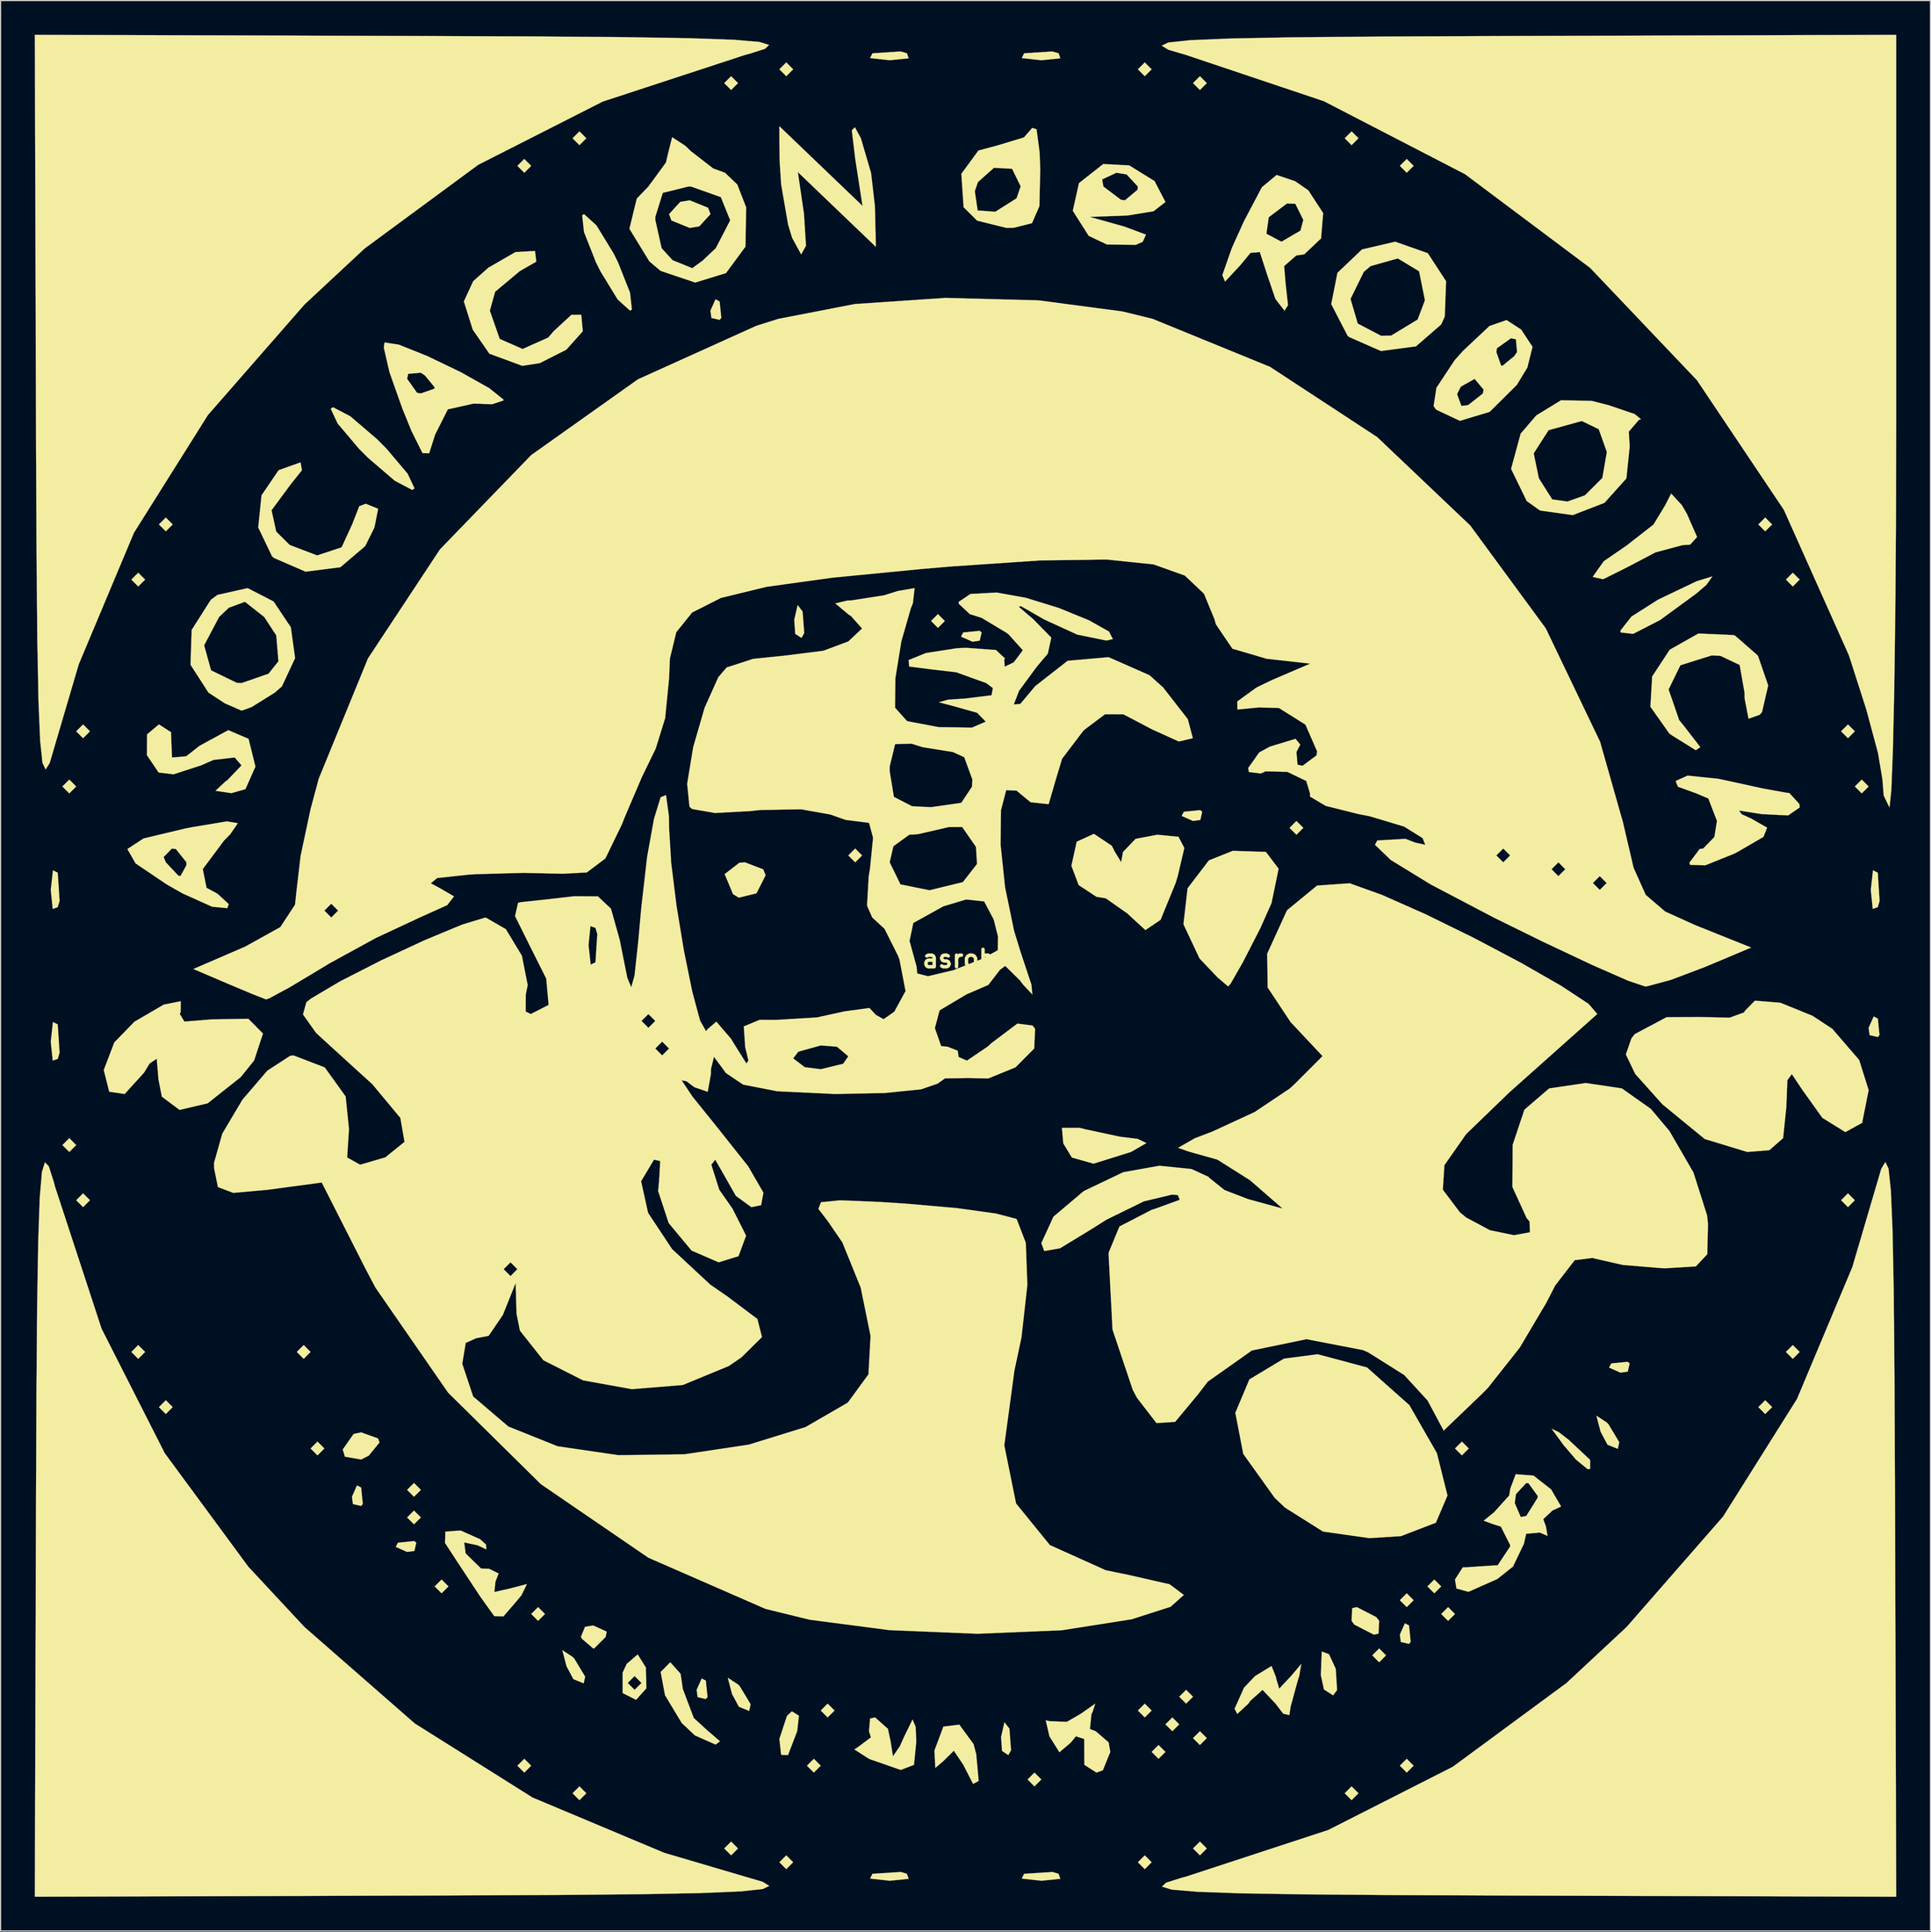
<source format=kicad_pcb>
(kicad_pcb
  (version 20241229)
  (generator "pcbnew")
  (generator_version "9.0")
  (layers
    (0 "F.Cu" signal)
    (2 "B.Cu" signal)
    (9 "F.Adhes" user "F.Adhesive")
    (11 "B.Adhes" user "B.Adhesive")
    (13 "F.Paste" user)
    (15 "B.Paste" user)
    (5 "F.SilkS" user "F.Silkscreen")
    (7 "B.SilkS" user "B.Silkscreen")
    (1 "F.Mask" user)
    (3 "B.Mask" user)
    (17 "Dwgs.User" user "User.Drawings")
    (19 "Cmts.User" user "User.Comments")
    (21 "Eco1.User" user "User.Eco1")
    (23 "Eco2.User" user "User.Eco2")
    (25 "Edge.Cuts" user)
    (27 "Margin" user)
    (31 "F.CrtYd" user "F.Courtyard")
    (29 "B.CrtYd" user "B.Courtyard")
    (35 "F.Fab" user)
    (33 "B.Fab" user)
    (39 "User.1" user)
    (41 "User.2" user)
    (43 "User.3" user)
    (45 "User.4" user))
  (footprint "asrob"
    (layer "F.Cu")
    (at 81.043 81.043)
    (property "Reference" "asrob" (at 0 0 0) (layer "F.SilkS") (effects (font (size 1.524 1.524) (thickness 0.3))))
    (attr through_hole)
    (fp_poly (pts (xy -77.41 -15.119) (xy -78.014 -14.514) (xy -78.619 -15.119) (xy -78.014 -15.724) (xy -77.41 -15.119)) (stroke (width 0.01) (type solid)) (fill yes) (layer "F.SilkS"))
    (fp_poly (pts (xy -77.41 16.329) (xy -78.014 16.933) (xy -78.619 16.329) (xy -78.014 15.724) (xy -77.41 16.329)) (stroke (width 0.01) (type solid)) (fill yes) (layer "F.SilkS"))
    (fp_poly (pts (xy -76.2 -19.957) (xy -76.805 -19.352) (xy -77.41 -19.957) (xy -76.805 -20.562) (xy -76.2 -19.957)) (stroke (width 0.01) (type solid)) (fill yes) (layer "F.SilkS"))
    (fp_poly (pts (xy -76.2 21.167) (xy -76.805 21.771) (xy -77.41 21.167) (xy -76.805 20.562) (xy -76.2 21.167)) (stroke (width 0.01) (type solid)) (fill yes) (layer "F.SilkS"))
    (fp_poly (pts (xy -71.362 -33.262) (xy -71.967 -32.657) (xy -72.571 -33.262) (xy -71.967 -33.867) (xy -71.362 -33.262)) (stroke (width 0.01) (type solid)) (fill yes) (layer "F.SilkS"))
    (fp_poly (pts (xy -71.362 34.471) (xy -71.967 35.076) (xy -72.571 34.471) (xy -71.967 33.867) (xy -71.362 34.471)) (stroke (width 0.01) (type solid)) (fill yes) (layer "F.SilkS"))
    (fp_poly (pts (xy -68.943 -38.1) (xy -69.548 -37.495) (xy -70.152 -38.1) (xy -69.548 -38.705) (xy -68.943 -38.1)) (stroke (width 0.01) (type solid)) (fill yes) (layer "F.SilkS"))
    (fp_poly (pts (xy -68.943 39.31) (xy -69.548 39.914) (xy -70.152 39.31) (xy -69.548 38.705) (xy -68.943 39.31)) (stroke (width 0.01) (type solid)) (fill yes) (layer "F.SilkS"))
    (fp_poly (pts (xy -56.848 34.471) (xy -57.452 35.076) (xy -58.057 34.471) (xy -57.452 33.867) (xy -56.848 34.471)) (stroke (width 0.01) (type solid)) (fill yes) (layer "F.SilkS"))
    (fp_poly (pts (xy -55.638 42.938) (xy -56.243 43.543) (xy -56.848 42.938) (xy -56.243 42.333) (xy -55.638 42.938)) (stroke (width 0.01) (type solid)) (fill yes) (layer "F.SilkS"))
    (fp_poly (pts (xy -47.171 46.567) (xy -47.776 47.171) (xy -48.381 46.567) (xy -47.776 45.962) (xy -47.171 46.567)) (stroke (width 0.01) (type solid)) (fill yes) (layer "F.SilkS"))
    (fp_poly (pts (xy -47.171 48.986) (xy -47.776 49.59) (xy -48.381 48.986) (xy -47.776 48.381) (xy -47.171 48.986)) (stroke (width 0.01) (type solid)) (fill yes) (layer "F.SilkS"))
    (fp_poly (pts (xy -44.752 55.033) (xy -45.357 55.638) (xy -45.962 55.033) (xy -45.357 54.429) (xy -44.752 55.033)) (stroke (width 0.01) (type solid)) (fill yes) (layer "F.SilkS"))
    (fp_poly (pts (xy -37.495 -69.548) (xy -38.1 -68.943) (xy -38.705 -69.548) (xy -38.1 -70.152) (xy -37.495 -69.548)) (stroke (width 0.01) (type solid)) (fill yes) (layer "F.SilkS"))
    (fp_poly (pts (xy -37.495 70.757) (xy -38.1 71.362) (xy -38.705 70.757) (xy -38.1 70.152) (xy -37.495 70.757)) (stroke (width 0.01) (type solid)) (fill yes) (layer "F.SilkS"))
    (fp_poly (pts (xy -36.286 57.452) (xy -36.89 58.057) (xy -37.495 57.452) (xy -36.89 56.848) (xy -36.286 57.452)) (stroke (width 0.01) (type solid)) (fill yes) (layer "F.SilkS"))
    (fp_poly (pts (xy -32.657 -71.967) (xy -33.262 -71.362) (xy -33.867 -71.967) (xy -33.262 -72.571) (xy -32.657 -71.967)) (stroke (width 0.01) (type solid)) (fill yes) (layer "F.SilkS"))
    (fp_poly (pts (xy -32.657 73.176) (xy -33.262 73.781) (xy -33.867 73.176) (xy -33.262 72.571) (xy -32.657 73.176)) (stroke (width 0.01) (type solid)) (fill yes) (layer "F.SilkS"))
    (fp_poly (pts (xy -19.352 -76.805) (xy -19.957 -76.2) (xy -20.562 -76.805) (xy -19.957 -77.41) (xy -19.352 -76.805)) (stroke (width 0.01) (type solid)) (fill yes) (layer "F.SilkS"))
    (fp_poly (pts (xy -19.352 78.014) (xy -19.957 78.619) (xy -20.562 78.014) (xy -19.957 77.41) (xy -19.352 78.014)) (stroke (width 0.01) (type solid)) (fill yes) (layer "F.SilkS"))
    (fp_poly (pts (xy -14.514 -78.014) (xy -15.119 -77.41) (xy -15.724 -78.014) (xy -15.119 -78.619) (xy -14.514 -78.014)) (stroke (width 0.01) (type solid)) (fill yes) (layer "F.SilkS"))
    (fp_poly (pts (xy -14.514 79.224) (xy -15.119 79.829) (xy -15.724 79.224) (xy -15.119 78.619) (xy -14.514 79.224)) (stroke (width 0.01) (type solid)) (fill yes) (layer "F.SilkS"))
    (fp_poly (pts (xy -12.095 70.757) (xy -12.7 71.362) (xy -13.305 70.757) (xy -12.7 70.152) (xy -12.095 70.757)) (stroke (width 0.01) (type solid)) (fill yes) (layer "F.SilkS"))
    (fp_poly (pts (xy -10.886 65.919) (xy -11.49 66.524) (xy -12.095 65.919) (xy -11.49 65.314) (xy -10.886 65.919)) (stroke (width 0.01) (type solid)) (fill yes) (layer "F.SilkS"))
    (fp_poly (pts (xy -8.467 -9.071) (xy -9.071 -8.467) (xy -9.676 -9.071) (xy -9.071 -9.676) (xy -8.467 -9.071)) (stroke (width 0.01) (type solid)) (fill yes) (layer "F.SilkS"))
    (fp_poly (pts (xy -1.21 -29.633) (xy -1.814 -29.029) (xy -2.419 -29.633) (xy -1.814 -30.238) (xy -1.21 -29.633)) (stroke (width 0.01) (type solid)) (fill yes) (layer "F.SilkS"))
    (fp_poly (pts (xy 7.257 71.967) (xy 6.652 72.571) (xy 6.048 71.967) (xy 6.652 71.362) (xy 7.257 71.967)) (stroke (width 0.01) (type solid)) (fill yes) (layer "F.SilkS"))
    (fp_poly (pts (xy 16.933 -78.014) (xy 16.329 -77.41) (xy 15.724 -78.014) (xy 16.329 -78.619) (xy 16.933 -78.014)) (stroke (width 0.01) (type solid)) (fill yes) (layer "F.SilkS"))
    (fp_poly (pts (xy 16.933 65.919) (xy 16.329 66.524) (xy 15.724 65.919) (xy 16.329 65.314) (xy 16.933 65.919)) (stroke (width 0.01) (type solid)) (fill yes) (layer "F.SilkS"))
    (fp_poly (pts (xy 16.933 79.224) (xy 16.329 79.829) (xy 15.724 79.224) (xy 16.329 78.619) (xy 16.933 79.224)) (stroke (width 0.01) (type solid)) (fill yes) (layer "F.SilkS"))
    (fp_poly (pts (xy 18.143 69.548) (xy 17.538 70.152) (xy 16.933 69.548) (xy 17.538 68.943) (xy 18.143 69.548)) (stroke (width 0.01) (type solid)) (fill yes) (layer "F.SilkS"))
    (fp_poly (pts (xy 19.352 67.129) (xy 18.748 67.733) (xy 18.143 67.129) (xy 18.748 66.524) (xy 19.352 67.129)) (stroke (width 0.01) (type solid)) (fill yes) (layer "F.SilkS"))
    (fp_poly (pts (xy 20.562 64.71) (xy 19.957 65.314) (xy 19.352 64.71) (xy 19.957 64.105) (xy 20.562 64.71)) (stroke (width 0.01) (type solid)) (fill yes) (layer "F.SilkS"))
    (fp_poly (pts (xy 21.771 -76.805) (xy 21.167 -76.2) (xy 20.562 -76.805) (xy 21.167 -77.41) (xy 21.771 -76.805)) (stroke (width 0.01) (type solid)) (fill yes) (layer "F.SilkS"))
    (fp_poly (pts (xy 21.771 68.338) (xy 21.167 68.943) (xy 20.562 68.338) (xy 21.167 67.733) (xy 21.771 68.338)) (stroke (width 0.01) (type solid)) (fill yes) (layer "F.SilkS"))
    (fp_poly (pts (xy 21.771 78.014) (xy 21.167 78.619) (xy 20.562 78.014) (xy 21.167 77.41) (xy 21.771 78.014)) (stroke (width 0.01) (type solid)) (fill yes) (layer "F.SilkS"))
    (fp_poly (pts (xy 30.238 -11.49) (xy 29.633 -10.886) (xy 29.029 -11.49) (xy 29.633 -12.095) (xy 30.238 -11.49)) (stroke (width 0.01) (type solid)) (fill yes) (layer "F.SilkS"))
    (fp_poly (pts (xy 35.076 -71.967) (xy 34.471 -71.362) (xy 33.867 -71.967) (xy 34.471 -72.571) (xy 35.076 -71.967)) (stroke (width 0.01) (type solid)) (fill yes) (layer "F.SilkS"))
    (fp_poly (pts (xy 35.076 73.176) (xy 34.471 73.781) (xy 33.867 73.176) (xy 34.471 72.571) (xy 35.076 73.176)) (stroke (width 0.01) (type solid)) (fill yes) (layer "F.SilkS"))
    (fp_poly (pts (xy 37.495 61.081) (xy 36.89 61.686) (xy 36.286 61.081) (xy 36.89 60.476) (xy 37.495 61.081)) (stroke (width 0.01) (type solid)) (fill yes) (layer "F.SilkS"))
    (fp_poly (pts (xy 39.914 -69.548) (xy 39.31 -68.943) (xy 38.705 -69.548) (xy 39.31 -70.152) (xy 39.914 -69.548)) (stroke (width 0.01) (type solid)) (fill yes) (layer "F.SilkS"))
    (fp_poly (pts (xy 39.914 56.243) (xy 39.31 56.848) (xy 38.705 56.243) (xy 39.31 55.638) (xy 39.914 56.243)) (stroke (width 0.01) (type solid)) (fill yes) (layer "F.SilkS"))
    (fp_poly (pts (xy 39.914 70.757) (xy 39.31 71.362) (xy 38.705 70.757) (xy 39.31 70.152) (xy 39.914 70.757)) (stroke (width 0.01) (type solid)) (fill yes) (layer "F.SilkS"))
    (fp_poly (pts (xy 42.333 55.033) (xy 41.729 55.638) (xy 41.124 55.033) (xy 41.729 54.429) (xy 42.333 55.033)) (stroke (width 0.01) (type solid)) (fill yes) (layer "F.SilkS"))
    (fp_poly (pts (xy 43.543 57.452) (xy 42.938 58.057) (xy 42.333 57.452) (xy 42.938 56.848) (xy 43.543 57.452)) (stroke (width 0.01) (type solid)) (fill yes) (layer "F.SilkS"))
    (fp_poly (pts (xy 44.752 42.938) (xy 44.148 43.543) (xy 43.543 42.938) (xy 44.148 42.333) (xy 44.752 42.938)) (stroke (width 0.01) (type solid)) (fill yes) (layer "F.SilkS"))
    (fp_poly (pts (xy 71.362 -38.1) (xy 70.757 -37.495) (xy 70.152 -38.1) (xy 70.757 -38.705) (xy 71.362 -38.1)) (stroke (width 0.01) (type solid)) (fill yes) (layer "F.SilkS"))
    (fp_poly (pts (xy 71.362 39.31) (xy 70.757 39.914) (xy 70.152 39.31) (xy 70.757 38.705) (xy 71.362 39.31)) (stroke (width 0.01) (type solid)) (fill yes) (layer "F.SilkS"))
    (fp_poly (pts (xy 73.781 -33.262) (xy 73.176 -32.657) (xy 72.571 -33.262) (xy 73.176 -33.867) (xy 73.781 -33.262)) (stroke (width 0.01) (type solid)) (fill yes) (layer "F.SilkS"))
    (fp_poly (pts (xy 73.781 34.471) (xy 73.176 35.076) (xy 72.571 34.471) (xy 73.176 33.867) (xy 73.781 34.471)) (stroke (width 0.01) (type solid)) (fill yes) (layer "F.SilkS"))
    (fp_poly (pts (xy 78.619 -19.957) (xy 78.014 -19.352) (xy 77.41 -19.957) (xy 78.014 -20.562) (xy 78.619 -19.957)) (stroke (width 0.01) (type solid)) (fill yes) (layer "F.SilkS"))
    (fp_poly (pts (xy 78.619 21.167) (xy 78.014 21.771) (xy 77.41 21.167) (xy 78.014 20.562) (xy 78.619 21.167)) (stroke (width 0.01) (type solid)) (fill yes) (layer "F.SilkS"))
    (fp_poly (pts (xy 79.829 -15.119) (xy 79.224 -14.514) (xy 78.619 -15.119) (xy 79.224 -15.724) (xy 79.829 -15.119)) (stroke (width 0.01) (type solid)) (fill yes) (layer "F.SilkS"))
    (fp_poly (pts (xy -79.028 -7.56) (xy -78.868 -5.083) (xy -79.028 -4.536) (xy -79.469 -4.384) (xy -79.638 -6.048) (xy -79.448 -7.765) (xy -79.028 -7.56)) (stroke (width 0.01) (type solid)) (fill yes) (layer "F.SilkS"))
    (fp_poly (pts (xy -79.028 5.745) (xy -78.868 8.222) (xy -79.028 8.769) (xy -79.469 8.921) (xy -79.638 7.257) (xy -79.448 5.54) (xy -79.028 5.745)) (stroke (width 0.01) (type solid)) (fill yes) (layer "F.SilkS"))
    (fp_poly (pts (xy -52.413 46.365) (xy -52.268 47.801) (xy -52.413 47.978) (xy -53.132 47.812) (xy -53.219 47.171) (xy -52.777 46.176) (xy -52.413 46.365)) (stroke (width 0.01) (type solid)) (fill yes) (layer "F.SilkS"))
    (fp_poly (pts (xy -47.575 51.203) (xy -47.741 51.922) (xy -48.381 52.01) (xy -49.377 51.567) (xy -49.187 51.203) (xy -47.752 51.058) (xy -47.575 51.203)) (stroke (width 0.01) (type solid)) (fill yes) (layer "F.SilkS"))
    (fp_poly (pts (xy -22.175 63.298) (xy -22.03 64.734) (xy -22.175 64.911) (xy -22.894 64.745) (xy -22.981 64.105) (xy -22.538 63.109) (xy -22.175 63.298)) (stroke (width 0.01) (type solid)) (fill yes) (layer "F.SilkS"))
    (fp_poly (pts (xy -20.965 -57.654) (xy -20.82 -56.219) (xy -20.965 -56.041) (xy -21.684 -56.207) (xy -21.771 -56.848) (xy -21.329 -57.843) (xy -20.965 -57.654)) (stroke (width 0.01) (type solid)) (fill yes) (layer "F.SilkS"))
    (fp_poly (pts (xy -13.688 -30.465) (xy -13.544 -28.575) (xy -13.784 -28.147) (xy -14.333 -28.507) (xy -14.419 -29.734) (xy -14.123 -31.025) (xy -13.688 -30.465)) (stroke (width 0.01) (type solid)) (fill yes) (layer "F.SilkS"))
    (fp_poly (pts (xy -4.536 -79.42) (xy -4.384 -78.979) (xy -6.048 -78.81) (xy -7.765 -79) (xy -7.56 -79.42) (xy -5.083 -79.58) (xy -4.536 -79.42)) (stroke (width 0.01) (type solid)) (fill yes) (layer "F.SilkS"))
    (fp_poly (pts (xy -4.536 80.237) (xy -4.384 80.679) (xy -6.048 80.847) (xy -7.765 80.657) (xy -7.56 80.237) (xy -5.083 80.077) (xy -4.536 80.237)) (stroke (width 0.01) (type solid)) (fill yes) (layer "F.SilkS"))
    (fp_poly (pts (xy 2.016 -28.625) (xy 1.85 -27.906) (xy 1.21 -27.819) (xy 0.214 -28.262) (xy 0.403 -28.625) (xy 1.839 -28.77) (xy 2.016 -28.625)) (stroke (width 0.01) (type solid)) (fill yes) (layer "F.SilkS"))
    (fp_poly (pts (xy 4.455 67.507) (xy 4.599 69.397) (xy 4.359 69.825) (xy 3.81 69.464) (xy 3.724 68.237) (xy 4.019 66.947) (xy 4.455 67.507)) (stroke (width 0.01) (type solid)) (fill yes) (layer "F.SilkS"))
    (fp_poly (pts (xy 8.769 -79.42) (xy 8.921 -78.979) (xy 7.257 -78.81) (xy 5.54 -79) (xy 5.745 -79.42) (xy 8.222 -79.58) (xy 8.769 -79.42)) (stroke (width 0.01) (type solid)) (fill yes) (layer "F.SilkS"))
    (fp_poly (pts (xy 8.769 80.237) (xy 8.921 80.679) (xy 7.257 80.847) (xy 5.54 80.657) (xy 5.745 80.237) (xy 8.222 80.077) (xy 8.769 80.237)) (stroke (width 0.01) (type solid)) (fill yes) (layer "F.SilkS"))
    (fp_poly (pts (xy 21.368 -12.902) (xy 21.202 -12.183) (xy 20.562 -12.095) (xy 19.566 -12.538) (xy 19.756 -12.902) (xy 21.191 -13.046) (xy 21.368 -12.902)) (stroke (width 0.01) (type solid)) (fill yes) (layer "F.SilkS"))
    (fp_poly (pts (xy 39.511 58.46) (xy 39.656 59.896) (xy 39.511 60.073) (xy 38.792 59.907) (xy 38.705 59.267) (xy 39.147 58.271) (xy 39.511 58.46)) (stroke (width 0.01) (type solid)) (fill yes) (layer "F.SilkS"))
    (fp_poly (pts (xy 58.863 35.479) (xy 58.697 36.198) (xy 58.057 36.286) (xy 57.062 35.843) (xy 57.251 35.479) (xy 58.686 35.335) (xy 58.863 35.479)) (stroke (width 0.01) (type solid)) (fill yes) (layer "F.SilkS"))
    (fp_poly (pts (xy 80.63 -7.56) (xy 80.789 -5.083) (xy 80.63 -4.536) (xy 80.188 -4.384) (xy 80.02 -6.048) (xy 80.21 -7.765) (xy 80.63 -7.56)) (stroke (width 0.01) (type solid)) (fill yes) (layer "F.SilkS"))
    (fp_poly (pts (xy 80.635 5.241) (xy 80.78 6.677) (xy 80.635 6.854) (xy 79.916 6.688) (xy 79.829 6.048) (xy 80.271 5.052) (xy 80.635 5.241)) (stroke (width 0.01) (type solid)) (fill yes) (layer "F.SilkS"))
    (fp_poly (pts (xy -33.876 61.207) (xy -33.717 61.363) (xy -32.761 62.949) (xy -32.891 63.532) (xy -33.79 63.169) (xy -34.394 62.04) (xy -34.762 60.627) (xy -33.876 61.207)) (stroke (width 0.01) (type solid)) (fill yes) (layer "F.SilkS"))
    (fp_poly (pts (xy -19.362 63.626) (xy -19.202 63.782) (xy -18.247 65.368) (xy -18.376 65.951) (xy -19.276 65.588) (xy -19.879 64.459) (xy -20.248 63.046) (xy -19.362 63.626)) (stroke (width 0.01) (type solid)) (fill yes) (layer "F.SilkS"))
    (fp_poly (pts (xy -14.009 66.376) (xy -14.163 67.732) (xy -14.968 69.828) (xy -15.569 69.801) (xy -15.724 68.409) (xy -15.06 66.398) (xy -14.627 65.989) (xy -14.009 66.376)) (stroke (width 0.01) (type solid)) (fill yes) (layer "F.SilkS"))
    (fp_poly (pts (xy 32.488 60.974) (xy 33.08 62.252) (xy 33.2 64.114) (xy 32.855 64.587) (xy 32.049 64.072) (xy 31.774 62.811) (xy 31.855 60.742) (xy 32.488 60.974)) (stroke (width 0.01) (type solid)) (fill yes) (layer "F.SilkS"))
    (fp_poly (pts (xy 56.838 40.645) (xy 56.998 40.801) (xy 57.953 42.387) (xy 57.824 42.97) (xy 56.924 42.607) (xy 56.321 41.478) (xy 55.952 40.065) (xy 56.838 40.645)) (stroke (width 0.01) (type solid)) (fill yes) (layer "F.SilkS"))
    (fp_poly (pts (xy -50.935 42.055) (xy -50.8 42.406) (xy -51.748 43.569) (xy -52.413 43.903) (xy -53.835 43.655) (xy -54.025 43.024) (xy -53.067 41.657) (xy -52.413 41.527) (xy -50.935 42.055)) (stroke (width 0.01) (type solid)) (fill yes) (layer "F.SilkS"))
    (fp_poly (pts (xy -30.875 58.998) (xy -30.967 59.468) (xy -31.959 60.46) (xy -32.052 60.476) (xy -33.018 59.649) (xy -33.137 59.468) (xy -32.777 58.578) (xy -32.052 58.46) (xy -30.875 58.998)) (stroke (width 0.01) (type solid)) (fill yes) (layer "F.SilkS"))
    (fp_poly (pts (xy -21.976 -65.871) (xy -21.771 -65.314) (xy -22.751 -64.241) (xy -23.586 -64.105) (xy -25.195 -64.758) (xy -25.4 -65.314) (xy -24.42 -66.387) (xy -23.586 -66.524) (xy -21.976 -65.871)) (stroke (width 0.01) (type solid)) (fill yes) (layer "F.SilkS"))
    (fp_poly (pts (xy -17.137 -7.851) (xy -16.933 -7.329) (xy -17.734 -5.749) (xy -19.285 -5.371) (xy -19.788 -5.677) (xy -20.524 -7.433) (xy -19.23 -8.432) (xy -18.748 -8.467) (xy -17.137 -7.851)) (stroke (width 0.01) (type solid)) (fill yes) (layer "F.SilkS"))
    (fp_poly (pts (xy 36.643 57.73) (xy 36.89 58.057) (xy 36.835 59.173) (xy 36.428 59.267) (xy 34.719 58.384) (xy 34.471 58.057) (xy 34.527 56.941) (xy 34.933 56.848) (xy 36.643 57.73)) (stroke (width 0.01) (type solid)) (fill yes) (layer "F.SilkS"))
    (fp_poly (pts (xy 52.645 41.503) (xy 53.521 42.179) (xy 55.402 43.944) (xy 55.394 44.733) (xy 55.181 44.752) (xy 54.172 43.926) (xy 53.065 42.636) (xy 52.019 41.203) (xy 52.645 41.503)) (stroke (width 0.01) (type solid)) (fill yes) (layer "F.SilkS"))
    (fp_poly (pts (xy 11.17 14.957) (xy 14.151 15.595) (xy 15.724 15.792) (xy 16.473 16.154) (xy 15.119 16.933) (xy 11.836 17.958) (xy 9.935 17.423) (xy 9.183 16.183) (xy 9.061 14.824) (xy 10.609 14.816) (xy 11.17 14.957)) (stroke (width 0.01) (type solid)) (fill yes) (layer "F.SilkS"))
    (fp_poly (pts (xy -24.389 62.697) (xy -24.19 64.045) (xy -23.232 66.575) (xy -22.074 67.636) (xy -20.934 68.615) (xy -21.321 68.906) (xy -23.14 68.096) (xy -24.292 67.007) (xy -25.756 64.578) (xy -26.138 62.538) (xy -25.293 61.686) (xy -24.389 62.697)) (stroke (width 0.01) (type solid)) (fill yes) (layer "F.SilkS"))
    (fp_poly (pts (xy 1.306 68.854) (xy 1.544 69.749) (xy 1.759 72.093) (xy 1.271 72.355) (xy 0.398 70.656) (xy -0.421 69.443) (xy -1.324 70.338) (xy -2.043 70.949) (xy -2.123 69.432) (xy -1.335 67.326) (xy 0.059 67.156) (xy 1.306 68.854)) (stroke (width 0.01) (type solid)) (fill yes) (layer "F.SilkS"))
    (fp_poly (pts (xy 65.586 -32.79) (xy 64.71 -32.04) (xy 61.535 -29.717) (xy 59.171 -28.503) (xy 58.082 -28.625) (xy 58.057 -28.792) (xy 59.025 -30.021) (xy 61.355 -31.503) (xy 61.383 -31.517) (xy 64.754 -33.125) (xy 66.123 -33.544) (xy 65.586 -32.79)) (stroke (width 0.01) (type solid)) (fill yes) (layer "F.SilkS"))
    (fp_poly (pts (xy -53.352 -47.576) (xy -51.004 -45.565) (xy -50.195 -44.752) (xy -48.334 -42.548) (xy -47.731 -41.261) (xy -47.928 -41.124) (xy -49.457 -41.929) (xy -51.805 -43.94) (xy -52.614 -44.752) (xy -54.476 -46.957) (xy -55.079 -48.244) (xy -54.881 -48.381) (xy -53.352 -47.576)) (stroke (width 0.01) (type solid)) (fill yes) (layer "F.SilkS"))
    (fp_poly (pts (xy -31.774 -64.329) (xy -30.276 -61.882) (xy -29.877 -61.081) (xy -28.823 -58.417) (xy -28.663 -56.948) (xy -28.824 -56.848) (xy -29.912 -57.833) (xy -31.409 -60.28) (xy -31.809 -61.081) (xy -32.863 -63.745) (xy -33.022 -65.214) (xy -32.862 -65.314) (xy -31.774 -64.329)) (stroke (width 0.01) (type solid)) (fill yes) (layer "F.SilkS"))
    (fp_poly (pts (xy 26.956 -9.381) (xy 28.07 -7.904) (xy 27.448 -4.893) (xy 26.462 -2.682) (xy 24.925 0.311) (xy 23.875 2.146) (xy 23.647 2.419) (xy 22.723 1.634) (xy 21.134 -0.037) (xy 19.723 -3.037) (xy 20.085 -6.192) (xy 21.955 -8.639) (xy 24.052 -9.476) (xy 26.956 -9.381)) (stroke (width 0.01) (type solid)) (fill yes) (layer "F.SilkS"))
    (fp_poly (pts (xy -27.435 62.15) (xy -27.391 63.972) (xy -28.299 64.978) (xy -29.453 64.396) (xy -29.47 64.369) (xy -29.471 63.5) (xy -29.029 63.5) (xy -28.424 64.105) (xy -27.819 63.5) (xy -28.424 62.895) (xy -29.029 63.5) (xy -29.471 63.5) (xy -29.472 62.596) (xy -29.117 61.829) (xy -28.152 60.999) (xy -27.435 62.15)) (stroke (width 0.01) (type solid)) (fill yes) (layer "F.SilkS"))
    (fp_poly (pts (xy 35.823 35.831) (xy 39.542 39.136) (xy 41.956 43.346) (xy 42.884 47.061) (xy 41.865 49.447) (xy 38.803 50.624) (xy 36.045 50.8) (xy 31.967 50.223) (xy 28.624 48.118) (xy 27.726 47.264) (xy 24.971 43.415) (xy 24.274 39.809) (xy 25.506 36.88) (xy 28.538 35.058) (xy 31.496 34.673) (xy 35.823 35.831)) (stroke (width 0.01) (type solid)) (fill yes) (layer "F.SilkS"))
    (fp_poly (pts (xy 63.455 -39.778) (xy 63.898 -39.007) (xy 64.778 -37) (xy 64.169 -36.326) (xy 63.5 -36.286) (xy 61.136 -35.652) (xy 58.619 -34.332) (xy 56.542 -33.297) (xy 55.639 -33.492) (xy 55.638 -33.523) (xy 56.591 -34.871) (xy 58.607 -36.256) (xy 60.959 -38.093) (xy 61.986 -39.787) (xy 62.505 -40.81) (xy 63.455 -39.778)) (stroke (width 0.01) (type solid)) (fill yes) (layer "F.SilkS"))
    (fp_poly (pts (xy -8.43 -66.036) (xy -9.076 -70.211) (xy -9.369 -72.667) (xy -9.097 -72.931) (xy -8.575 -71.967) (xy -7.681 -68.923) (xy -7.342 -65.995) (xy -7.257 -62.443) (xy -10.681 -65.723) (xy -14.104 -69.002) (xy -13.567 -65.344) (xy -13.389 -62.537) (xy -13.811 -61.783) (xy -14.606 -63.235) (xy -14.961 -64.407) (xy -15.568 -67.921) (xy -15.707 -70.076) (xy -15.724 -73.024) (xy -8.43 -66.036)) (stroke (width 0.01) (type solid)) (fill yes) (layer "F.SilkS"))
    (fp_poly (pts (xy -6.201 67.525) (xy -5.963 68.64) (xy -5.766 69.935) (xy -5.158 69.062) (xy -4.838 68.338) (xy -4.043 66.706) (xy -3.77 67.345) (xy -3.714 68.64) (xy -3.915 70.681) (xy -5.079 71.128) (xy -7.776 70.189) (xy -7.862 70.152) (xy -9.143 69.333) (xy -8.698 69.028) (xy -7.695 68.274) (xy -7.862 67.733) (xy -7.766 66.619) (xy -7.329 66.524) (xy -6.201 67.525)) (stroke (width 0.01) (type solid)) (fill yes) (layer "F.SilkS"))
    (fp_poly (pts (xy 29.878 62.887) (xy 29.747 63.297) (xy 29.131 65.546) (xy 29.01 66.32) (xy 28.474 66.194) (xy 27.801 65.314) (xy 26.662 64.108) (xy 25.58 65.072) (xy 25.419 65.314) (xy 24.442 66.217) (xy 24.209 65.765) (xy 25.033 63.92) (xy 26.005 62.895) (xy 27.451 62.014) (xy 27.837 62.986) (xy 27.838 63.05) (xy 28.121 64.003) (xy 29.161 62.895) (xy 30.061 61.833) (xy 29.878 62.887)) (stroke (width 0.01) (type solid)) (fill yes) (layer "F.SilkS"))
    (fp_poly (pts (xy 13.435 -9.922) (xy 13.713 -9.374) (xy 14.26 -8.482) (xy 14.419 -9.374) (xy 15.528 -10.528) (xy 17.425 -10.886) (xy 19.287 -10.709) (xy 19.798 -9.725) (xy 19.218 -7.249) (xy 19.036 -6.652) (xy 17.716 -3.425) (xy 16.385 -2.528) (xy 14.911 -3.878) (xy 14.877 -3.931) (xy 12.907 -5.315) (xy 12.095 -5.443) (xy 10.531 -6.472) (xy 9.894 -8.164) (xy 10.359 -10.275) (xy 11.867 -10.965) (xy 13.435 -9.922)) (stroke (width 0.01) (type solid)) (fill yes) (layer "F.SilkS"))
    (fp_poly (pts (xy -57.607 -42.855) (xy -58.576 -41.642) (xy -60.273 -39.345) (xy -59.864 -37.472) (xy -58.677 -36.298) (xy -56.27 -35.382) (xy -54.124 -36.093) (xy -53.219 -38.062) (xy -52.578 -39.696) (xy -52.01 -39.914) (xy -50.921 -39.476) (xy -51.245 -37.839) (xy -52.052 -36.206) (xy -54.234 -34.347) (xy -57.286 -33.959) (xy -60.073 -35.165) (xy -60.234 -35.318) (xy -61.439 -37.832) (xy -61.15 -40.656) (xy -59.65 -42.857) (xy -57.729 -43.543) (xy -57.607 -42.855)) (stroke (width 0.01) (type solid)) (fill yes) (layer "F.SilkS"))
    (fp_poly (pts (xy -37.049 -61.146) (xy -38.498 -60.316) (xy -40.658 -58.507) (xy -41.124 -56.849) (xy -40.256 -54.369) (xy -38.25 -53.487) (xy -36.002 -54.488) (xy -35.519 -55.051) (xy -33.97 -56.481) (xy -33.102 -56.486) (xy -32.97 -55.039) (xy -34.42 -53.421) (xy -36.744 -52.247) (xy -38.274 -52.01) (xy -41.161 -53.074) (xy -42.618 -55.175) (xy -43.401 -57.657) (xy -42.585 -59.427) (xy -41.257 -60.612) (xy -38.874 -61.989) (xy -37.162 -62.085) (xy -37.049 -61.146)) (stroke (width 0.01) (type solid)) (fill yes) (layer "F.SilkS"))
    (fp_poly (pts (xy 11.739 66.073) (xy 11.651 66.221) (xy 11.519 67.544) (xy 12.024 67.733) (xy 13.16 68.712) (xy 13.305 69.548) (xy 12.652 71.157) (xy 12.095 71.362) (xy 11.031 70.68) (xy 11.029 70.455) (xy 11.017 68.413) (xy 10.29 68.179) (xy 9.826 68.742) (xy 8.842 69.578) (xy 7.968 68.18) (xy 7.966 68.174) (xy 7.641 66.779) (xy 7.989 66.853) (xy 9.488 66.914) (xy 10.704 66.211) (xy 11.985 65.316) (xy 11.739 66.073)) (stroke (width 0.01) (type solid)) (fill yes) (layer "F.SilkS"))
    (fp_poly (pts (xy -69.089 -19.88) (xy -69.086 -19.655) (xy -69.004 -17.659) (xy -67.757 -17.768) (xy -66.6 -18.679) (xy -64.068 -20.058) (xy -62.289 -19.297) (xy -61.686 -16.862) (xy -62.565 -14.885) (xy -63.802 -14.533) (xy -65.19 -14.74) (xy -64.288 -15.582) (xy -64.14 -15.677) (xy -62.906 -16.968) (xy -63.505 -17.666) (xy -65.363 -17.45) (xy -66.445 -16.975) (xy -68.875 -16.188) (xy -70.177 -16.344) (xy -71.208 -17.87) (xy -71.192 -19.692) (xy -70.152 -20.562) (xy -69.089 -19.88)) (stroke (width 0.01) (type solid)) (fill yes) (layer "F.SilkS"))
    (fp_poly (pts (xy -68.251 4.691) (xy -68.327 4.82) (xy -67.919 5.499) (xy -65.548 5.308) (xy -65.521 5.303) (xy -62.311 5.25) (xy -61.024 6.549) (xy -61.804 8.914) (xy -62.979 10.37) (xy -65.881 12.669) (xy -68.343 13.245) (xy -69.893 12.084) (xy -70.189 10.583) (xy -70.343 8.754) (xy -70.965 9.169) (xy -71.459 9.979) (xy -73.16 11.85) (xy -74.512 11.65) (xy -74.99 9.745) (xy -74.064 7.324) (xy -72.302 5.511) (xy -69.73 4.012) (xy -68.231 3.713) (xy -68.251 4.691)) (stroke (width 0.01) (type solid)) (fill yes) (layer "F.SilkS"))
    (fp_poly (pts (xy -41.981 50.894) (xy -41.461 51.362) (xy -41.43 51.789) (xy -42.188 51.43) (xy -43.372 51.175) (xy -43.246 52.144) (xy -41.894 53.463) (xy -41.185 53.491) (xy -40.352 53.901) (xy -40.628 54.604) (xy -40.728 55.526) (xy -39.337 55.211) (xy -37.871 54.829) (xy -38.346 55.802) (xy -38.682 56.215) (xy -39.932 57.665) (xy -40.737 57.637) (xy -41.961 55.927) (xy -42.345 55.346) (xy -44.051 52.761) (xy -45.055 51.219) (xy -45.025 50.227) (xy -43.691 50.131) (xy -41.981 50.894)) (stroke (width 0.01) (type solid)) (fill yes) (layer "F.SilkS"))
    (fp_poly (pts (xy 67.959 -28.399) (xy 68.122 -28.339) (xy 70.113 -26.597) (xy 71.016 -23.984) (xy 70.476 -21.642) (xy 70.273 -21.408) (xy 69.294 -21.062) (xy 68.949 -22.847) (xy 68.943 -23.344) (xy 68.516 -25.775) (xy 66.82 -26.58) (xy 66.048 -26.61) (xy 63.315 -25.75) (xy 62.28 -23.631) (xy 63.208 -20.94) (xy 63.658 -20.387) (xy 65.064 -18.568) (xy 64.664 -18.301) (xy 62.543 -19.624) (xy 62.343 -19.769) (xy 60.686 -22.11) (xy 60.839 -24.766) (xy 62.382 -27.115) (xy 64.895 -28.534) (xy 67.959 -28.399)) (stroke (width 0.01) (type solid)) (fill yes) (layer "F.SilkS"))
    (fp_poly (pts (xy 6.838 -72.757) (xy 7.104 -70.726) (xy 7.162 -69.245) (xy 7.085 -66.011) (xy 6.439 -64.522) (xy 4.84 -64.116) (xy 4.195 -64.105) (xy 1.619 -64.745) (xy 0.437 -65.919) (xy 0.343 -67.321) (xy 1.419 -67.321) (xy 1.668 -65.635) (xy 3.216 -65.523) (xy 5.079 -66.698) (xy 5.443 -67.75) (xy 4.688 -69.29) (xy 3.1 -69.379) (xy 1.693 -68.123) (xy 1.419 -67.321) (xy 0.343 -67.321) (xy 0.24 -68.849) (xy 1.735 -70.889) (xy 3.49 -71.362) (xy 5.73 -72.043) (xy 6.456 -72.874) (xy 6.838 -72.757)) (stroke (width 0.01) (type solid)) (fill yes) (layer "F.SilkS"))
    (fp_poly (pts (xy 41.156 -61.891) (xy 42.76 -59.431) (xy 42.648 -56.346) (xy 42.333 -55.638) (xy 40.12 -53.719) (xy 37.047 -53.309) (xy 34.244 -54.541) (xy 34.109 -54.67) (xy 32.687 -57.422) (xy 32.777 -57.878) (xy 34.378 -57.878) (xy 35.011 -55.716) (xy 37.067 -54.641) (xy 37.952 -54.667) (xy 40.268 -56.069) (xy 40.906 -57.76) (xy 40.394 -60.303) (xy 38.525 -61.43) (xy 36.132 -60.754) (xy 35.543 -60.252) (xy 34.378 -57.878) (xy 32.777 -57.878) (xy 33.231 -60.169) (xy 35.388 -62.218) (xy 38.299 -62.895) (xy 41.156 -61.891)) (stroke (width 0.01) (type solid)) (fill yes) (layer "F.SilkS"))
    (fp_poly (pts (xy 14.973 -69.584) (xy 17.187 -68.212) (xy 18.143 -66.376) (xy 17.097 -65.567) (xy 14.817 -65.194) (xy 11.49 -65.073) (xy 14.514 -64.231) (xy 16.432 -63.516) (xy 16.152 -62.887) (xy 15.539 -62.62) (xy 13.011 -62.651) (xy 11.412 -63.408) (xy 10.017 -65.606) (xy 10.558 -68.035) (xy 10.966 -68.356) (xy 12.586 -68.356) (xy 12.7 -67.733) (xy 14.246 -66.57) (xy 14.586 -66.524) (xy 15.691 -67.446) (xy 15.724 -67.733) (xy 14.739 -68.795) (xy 13.838 -68.943) (xy 12.586 -68.356) (xy 10.966 -68.356) (xy 12.688 -69.71) (xy 14.973 -69.584)) (stroke (width 0.01) (type solid)) (fill yes) (layer "F.SilkS"))
    (fp_poly (pts (xy 72.086 3.847) (xy 74.903 4.99) (xy 76.642 6.135) (xy 78.998 8.869) (xy 79.829 11.507) (xy 79.259 14.381) (xy 77.786 15.191) (xy 75.765 13.936) (xy 74.017 11.49) (xy 73.089 10.106) (xy 72.7 10.639) (xy 72.608 13.002) (xy 72.326 15.72) (xy 71.119 16.779) (xy 69.18 16.933) (xy 65.449 15.796) (xy 61.734 12.75) (xy 59.352 10.09) (xy 58.533 8.38) (xy 59.02 6.973) (xy 59.313 6.597) (xy 62.101 5.115) (xy 64.945 5.095) (xy 67.635 5.156) (xy 68.924 4.688) (xy 68.943 4.595) (xy 69.852 3.666) (xy 72.086 3.847)) (stroke (width 0.01) (type solid)) (fill yes) (layer "F.SilkS"))
    (fp_poly (pts (xy -79.811 18.193) (xy -79.378 19.553) (xy -79.271 19.957) (xy -75.183 32.431) (xy -69.639 43.353) (xy -62.303 53.314) (xy -57.385 58.595) (xy -47.701 67.058) (xy -37.381 73.546) (xy -25.834 78.393) (xy -18.748 80.481) (xy -17.198 80.936) (xy -16.608 81.296) (xy -17.179 81.573) (xy -19.115 81.78) (xy -22.616 81.928) (xy -27.886 82.029) (xy -35.128 82.094) (xy -44.542 82.137) (xy -46.869 82.145) (xy -81.038 82.248) (xy -80.935 48.079) (xy -80.896 38.171) (xy -80.836 30.479) (xy -80.743 24.803) (xy -80.607 20.938) (xy -80.414 18.683) (xy -80.153 17.835) (xy -79.811 18.193)) (stroke (width 0.01) (type solid)) (fill yes) (layer "F.SilkS"))
    (fp_poly (pts (xy -63.231 -11.898) (xy -63.904 -10.923) (xy -64.437 -10.38) (xy -66.307 -7.875) (xy -65.976 -6.234) (xy -65.012 -5.709) (xy -64.023 -4.803) (xy -64.158 -4.446) (xy -65.486 -4.575) (xy -68.078 -5.74) (xy -69.463 -6.527) (xy -72.2 -8.376) (xy -72.519 -8.935) (xy -69.737 -8.935) (xy -69.548 -8.467) (xy -68.461 -7.313) (xy -68.267 -7.257) (xy -67.747 -8.193) (xy -67.733 -8.467) (xy -68.663 -9.63) (xy -69.014 -9.676) (xy -69.737 -8.935) (xy -72.519 -8.935) (xy -72.918 -9.632) (xy -71.493 -10.564) (xy -67.803 -11.442) (xy -67.15 -11.566) (xy -64.19 -12.059) (xy -63.231 -11.898)) (stroke (width 0.01) (type solid)) (fill yes) (layer "F.SilkS"))
    (fp_poly (pts (xy -60.097 -31.347) (xy -58.58 -29.082) (xy -58.207 -26.378) (xy -59.364 -23.897) (xy -59.988 -23.351) (xy -62.017 -22.087) (xy -62.895 -21.771) (xy -64.362 -22.407) (xy -65.803 -23.351) (xy -67.379 -25.792) (xy -67.323 -27.5) (xy -66.186 -27.5) (xy -65.578 -25.305) (xy -63.326 -24.21) (xy -62.895 -24.19) (xy -60.536 -25.009) (xy -59.668 -26.099) (xy -59.858 -28.373) (xy -60.916 -29.986) (xy -62.607 -31.317) (xy -64.02 -30.796) (xy -64.875 -29.986) (xy -66.186 -27.5) (xy -67.323 -27.5) (xy -67.28 -28.848) (xy -65.6 -31.49) (xy -65.012 -31.923) (xy -62.37 -32.514) (xy -60.097 -31.347)) (stroke (width 0.01) (type solid)) (fill yes) (layer "F.SilkS"))
    (fp_poly (pts (xy -49.108 -53.867) (xy -46.601 -52.864) (xy -43.679 -51.458) (xy -41.18 -50.056) (xy -39.94 -49.065) (xy -39.914 -48.975) (xy -40.93 -48.641) (xy -42.549 -48.698) (xy -44.808 -48.194) (xy -45.928 -45.969) (xy -46.446 -44.339) (xy -47.03 -44.359) (xy -47.985 -46.271) (xy -48.787 -48.237) (xy -49.722 -50.871) (xy -48.381 -50.871) (xy -47.503 -49.64) (xy -47.171 -49.59) (xy -45.993 -50.003) (xy -45.962 -50.124) (xy -46.809 -51.157) (xy -47.171 -51.405) (xy -48.286 -51.309) (xy -48.381 -50.871) (xy -49.722 -50.871) (xy -49.927 -51.45) (xy -50.424 -53.612) (xy -50.363 -54.059) (xy -49.108 -53.867)) (stroke (width 0.01) (type solid)) (fill yes) (layer "F.SilkS"))
    (fp_poly (pts (xy -46.869 -80.935) (xy -36.961 -80.896) (xy -29.27 -80.836) (xy -23.593 -80.743) (xy -19.728 -80.607) (xy -17.473 -80.414) (xy -16.626 -80.153) (xy -16.983 -79.811) (xy -18.344 -79.378) (xy -18.748 -79.271) (xy -31.222 -75.183) (xy -42.143 -69.639) (xy -52.104 -62.303) (xy -57.385 -57.385) (xy -65.849 -47.701) (xy -72.337 -37.381) (xy -77.184 -25.834) (xy -79.271 -18.748) (xy -79.726 -17.198) (xy -80.087 -16.608) (xy -80.364 -17.179) (xy -80.57 -19.115) (xy -80.718 -22.616) (xy -80.819 -27.886) (xy -80.885 -35.128) (xy -80.928 -44.542) (xy -80.935 -46.869) (xy -81.038 -81.038) (xy -46.869 -80.935)) (stroke (width 0.01) (type solid)) (fill yes) (layer "F.SilkS"))
    (fp_poly (pts (xy 66.665 -15.79) (xy 67.431 -15.625) (xy 70.587 -14.936) (xy 72.658 -14.563) (xy 72.874 -14.543) (xy 73.754 -13.58) (xy 73.781 -13.282) (xy 72.764 -12.582) (xy 70.455 -12.696) (xy 68.46 -13.008) (xy 68.689 -12.687) (xy 69.54 -12.297) (xy 70.922 -11.51) (xy 70.604 -10.7) (xy 68.349 -9.39) (xy 68.028 -9.224) (xy 65.498 -8.207) (xy 64.167 -8.246) (xy 64.105 -8.436) (xy 65.006 -9.635) (xy 65.314 -9.676) (xy 66.297 -10.689) (xy 66.524 -12.095) (xy 65.768 -14.065) (xy 64.71 -14.514) (xy 63.099 -15.1) (xy 62.895 -15.596) (xy 63.941 -16.072) (xy 66.665 -15.79)) (stroke (width 0.01) (type solid)) (fill yes) (layer "F.SilkS"))
    (fp_poly (pts (xy 81.573 18.389) (xy 81.78 20.324) (xy 81.928 23.826) (xy 82.029 29.096) (xy 82.094 36.337) (xy 82.137 45.751) (xy 82.145 48.079) (xy 82.248 82.248) (xy 48.079 82.145) (xy 38.171 82.105) (xy 30.479 82.045) (xy 24.803 81.953) (xy 20.938 81.816) (xy 18.683 81.623) (xy 17.835 81.362) (xy 18.193 81.021) (xy 19.553 80.587) (xy 19.957 80.481) (xy 32.431 76.393) (xy 43.353 70.849) (xy 53.314 63.513) (xy 58.595 58.595) (xy 67.058 48.911) (xy 73.546 38.591) (xy 78.393 27.043) (xy 80.481 19.957) (xy 80.936 18.408) (xy 81.296 17.817) (xy 81.573 18.389)) (stroke (width 0.01) (type solid)) (fill yes) (layer "F.SilkS"))
    (fp_poly (pts (xy 55.534 -48.936) (xy 57.019 -48.559) (xy 59.305 -47.78) (xy 59.866 -47.318) (xy 59.682 -47.281) (xy 58.788 -46.238) (xy 58.869 -44.933) (xy 58.577 -42.134) (xy 56.653 -39.993) (xy 53.872 -38.919) (xy 51.008 -39.32) (xy 49.832 -40.156) (xy 48.464 -42.973) (xy 48.833 -44.332) (xy 50.448 -44.332) (xy 50.899 -42.148) (xy 52.074 -40.295) (xy 53.406 -40.11) (xy 54.934 -40.648) (xy 56.47 -42.177) (xy 56.863 -44.453) (xy 56.153 -46.453) (xy 54.67 -47.171) (xy 51.75 -46.365) (xy 50.448 -44.332) (xy 48.833 -44.332) (xy 49.303 -46.06) (xy 50.669 -47.657) (xy 52.845 -48.992) (xy 55.534 -48.936)) (stroke (width 0.01) (type solid)) (fill yes) (layer "F.SilkS"))
    (fp_poly (pts (xy 82.248 -47.171) (xy 82.227 -38.402) (xy 82.169 -30.477) (xy 82.078 -23.701) (xy 81.96 -18.381) (xy 81.822 -14.822) (xy 81.667 -13.331) (xy 81.643 -13.305) (xy 81.152 -14.323) (xy 81.038 -15.747) (xy 80.651 -18.057) (xy 79.631 -21.847) (xy 78.194 -26.328) (xy 78.069 -26.686) (xy 72.392 -39.38) (xy 64.776 -50.738) (xy 55.396 -60.602) (xy 44.426 -68.815) (xy 32.041 -75.218) (xy 19.957 -79.271) (xy 18.408 -79.726) (xy 17.817 -80.087) (xy 18.389 -80.364) (xy 20.324 -80.57) (xy 23.826 -80.718) (xy 29.096 -80.819) (xy 36.337 -80.885) (xy 45.751 -80.928) (xy 48.079 -80.935) (xy 82.248 -81.038) (xy 82.248 -47.171)) (stroke (width 0.01) (type solid)) (fill yes) (layer "F.SilkS"))
    (fp_poly (pts (xy 29.524 -68.198) (xy 30.678 -67.399) (xy 31.978 -65.404) (xy 31.795 -63.188) (xy 30.324 -61.791) (xy 29.617 -61.686) (xy 28.556 -60.757) (xy 28.678 -59.267) (xy 28.894 -57.331) (xy 28.588 -56.848) (xy 27.794 -57.869) (xy 27.097 -59.91) (xy 26.421 -61.985) (xy 25.604 -61.919) (xy 24.693 -60.817) (xy 23.37 -59.398) (xy 23.135 -59.968) (xy 23.976 -62.363) (xy 24.533 -63.593) (xy 27.001 -63.593) (xy 28.323 -62.895) (xy 29.989 -63.869) (xy 30.238 -64.81) (xy 29.535 -66.221) (xy 28.802 -66.247) (xy 27.205 -65.043) (xy 27.001 -63.593) (xy 24.533 -63.593) (xy 25.019 -64.668) (xy 26.603 -67.673) (xy 27.894 -68.748) (xy 29.524 -68.198)) (stroke (width 0.01) (type solid)) (fill yes) (layer "F.SilkS"))
    (fp_poly (pts (xy -23.97 -71.303) (xy -23.499 -70.844) (xy -21.527 -69.318) (xy -20.499 -68.943) (xy -19.419 -67.917) (xy -18.636 -65.903) (xy -18.7 -62.461) (xy -20.408 -60.143) (xy -23.106 -59.314) (xy -26.141 -60.338) (xy -27.128 -61.167) (xy -28.879 -64.03) (xy -28.688 -64.81) (xy -26.61 -64.81) (xy -26.054 -62.326) (xy -25.098 -61.277) (xy -23.569 -60.655) (xy -23.37 -60.572) (xy -22.468 -61.226) (xy -21.304 -62.325) (xy -20.036 -64.77) (xy -20.858 -66.804) (xy -23.459 -67.728) (xy -23.715 -67.733) (xy -25.953 -67.178) (xy -26.606 -65.079) (xy -26.61 -64.81) (xy -28.688 -64.81) (xy -28.231 -66.677) (xy -27.214 -67.733) (xy -25.675 -69.839) (xy -25.4 -70.992) (xy -25.129 -72.058) (xy -23.97 -71.303)) (stroke (width 0.01) (type solid)) (fill yes) (layer "F.SilkS"))
    (fp_poly (pts (xy 49.348 -55.19) (xy 50.344 -53.674) (xy 49.889 -51.859) (xy 48.966 -50.335) (xy 46.583 -47.974) (xy 43.975 -47.187) (xy 41.89 -48.166) (xy 41.668 -48.479) (xy 41.83 -49.53) (xy 43.724 -49.53) (xy 44.105 -48.498) (xy 44.692 -48.562) (xy 45.99 -49.58) (xy 46.053 -49.923) (xy 45.264 -50.865) (xy 44.054 -50.183) (xy 43.724 -49.53) (xy 41.83 -49.53) (xy 41.916 -50.087) (xy 43.52 -52.51) (xy 44.155 -53.219) (xy 47.171 -53.219) (xy 47.584 -52.041) (xy 47.705 -52.01) (xy 48.737 -52.857) (xy 48.986 -53.219) (xy 48.89 -54.334) (xy 48.452 -54.429) (xy 47.221 -53.551) (xy 47.171 -53.219) (xy 44.155 -53.219) (xy 44.258 -53.334) (xy 46.574 -55.506) (xy 48.068 -56.022) (xy 49.348 -55.19)) (stroke (width 0.01) (type solid)) (fill yes) (layer "F.SilkS"))
    (fp_poly (pts (xy 50.428 45.315) (xy 51.976 46.526) (xy 52.849 48.025) (xy 52.086 48.381) (xy 51.285 49.137) (xy 51.52 49.777) (xy 51.663 50.605) (xy 50.987 50.311) (xy 49.784 50.418) (xy 49.59 51.291) (xy 48.63 53.292) (xy 47.251 54.386) (xy 44.725 55.509) (xy 43.671 55.215) (xy 43.543 54.429) (xy 44.224 53.365) (xy 44.45 53.362) (xy 47.294 53.172) (xy 48.378 51.539) (xy 48.381 51.405) (xy 47.567 49.787) (xy 46.869 49.572) (xy 46.062 49.27) (xy 46.972 48.53) (xy 47.701 47.723) (xy 48.784 47.723) (xy 49.308 48.943) (xy 49.792 48.861) (xy 50.79 47.266) (xy 50.8 47.1) (xy 49.988 45.984) (xy 49.792 45.962) (xy 48.89 46.941) (xy 48.784 47.723) (xy 47.701 47.723) (xy 48.3 47.059) (xy 48.394 46.462) (xy 48.868 45.196) (xy 50.428 45.315)) (stroke (width 0.01) (type solid)) (fill yes) (layer "F.SilkS"))
    (fp_poly (pts (xy 37.149 -5.607) (xy 40.948 -3.922) (xy 45.176 -1.851) (xy 49.316 0.334) (xy 52.849 2.357) (xy 55.258 3.945) (xy 56.024 4.824) (xy 56 4.854) (xy 54.674 6.036) (xy 52.075 8.352) (xy 48.734 11.33) (xy 48.308 11.71) (xy 44.515 15.373) (xy 42.615 18.091) (xy 42.475 20.245) (xy 43.964 22.216) (xy 44.518 22.679) (xy 46.608 23.797) (xy 48.717 24.233) (xy 50.118 23.977) (xy 50.082 23.021) (xy 49.832 22.739) (xy 48.582 20.01) (xy 48.601 16.31) (xy 49.633 13.225) (xy 51.802 11.361) (xy 55.014 10.886) (xy 58.179 11.359) (xy 60.722 13.155) (xy 62.35 15.089) (xy 64.462 18.737) (xy 65.655 22.487) (xy 65.737 23.253) (xy 65.672 25.901) (xy 64.668 26.969) (xy 62.02 27.133) (xy 61.686 27.126) (xy 58.271 26.841) (xy 55.742 26.268) (xy 55.638 26.224) (xy 54.045 26.423) (xy 52.334 28.641) (xy 51.549 30.168) (xy 49.227 34.085) (xy 46.423 37.631) (xy 45.912 38.148) (xy 42.55 41.369) (xy 41.135 38.725) (xy 39.087 36.494) (xy 35.937 34.512) (xy 35.48 34.309) (xy 30.521 33.352) (xy 25.724 34.343) (xy 21.852 37.078) (xy 20.985 38.208) (xy 18.994 40.601) (xy 17.358 40.711) (xy 15.656 38.508) (xy 15.276 37.798) (xy 13.5 32.511) (xy 13.16 25.963) (xy 13.171 25.737) (xy 14.109 23.468) (xy 16.951 22) (xy 17.236 21.915) (xy 19.394 21.132) (xy 19.236 20.718) (xy 18.726 20.671) (xy 16.255 21.26) (xy 12.973 22.869) (xy 11.771 23.629) (xy 8.898 25.378) (xy 7.514 25.622) (xy 7.257 24.927) (xy 8.316 22.611) (xy 10.971 20.368) (xy 14.438 18.71) (xy 17.6 18.143) (xy 20.427 18.429) (xy 21.938 19.124) (xy 21.973 19.192) (xy 23.326 20.273) (xy 25.4 21.071) (xy 28.424 21.899) (xy 25.568 19.416) (xy 22.696 17.603) (xy 20.126 16.88) (xy 19.256 16.569) (xy 20.714 15.734) (xy 22.266 15.142) (xy 25.972 13.431) (xy 29.048 11.371) (xy 29.46 10.992) (xy 31.925 8.526) (xy 29.12 5.54) (xy 27.111 2.51) (xy 27.068 -0.453) (xy 28.804 -4.257) (xy 31.445 -6.431) (xy 34.296 -6.631) (xy 37.149 -5.607)) (stroke (width 0.01) (type solid)) (fill yes) (layer "F.SilkS"))
    (fp_poly (pts (xy 7.016 -57.752) (xy 14.375 -56.778) (xy 17.016 -56.13) (xy 27.315 -51.921) (xy 36.709 -45.768) (xy 44.878 -38.01) (xy 51.504 -28.989) (xy 56.27 -19.045) (xy 58.271 -12.003) (xy 59.212 -7.981) (xy 60.277 -5.609) (xy 61.983 -4.15) (xy 64.631 -2.954) (xy 69.528 -0.995) (xy 65.468 0.712) (xy 62.458 1.849) (xy 60.381 2.407) (xy 60.213 2.419) (xy 58.705 1.905) (xy 55.533 0.512) (xy 51.186 -1.539) (xy 46.942 -3.626) (xy 41.422 -6.524) (xy 41.211 -6.652) (xy 55.638 -6.652) (xy 56.243 -6.048) (xy 56.848 -6.652) (xy 56.243 -7.257) (xy 55.638 -6.652) (xy 41.211 -6.652) (xy 39.236 -7.862) (xy 52.01 -7.862) (xy 52.614 -7.257) (xy 53.219 -7.862) (xy 52.614 -8.467) (xy 52.01 -7.862) (xy 39.236 -7.862) (xy 37.92 -8.668) (xy 37.498 -9.071) (xy 47.171 -9.071) (xy 47.776 -8.467) (xy 48.381 -9.071) (xy 47.776 -9.676) (xy 47.171 -9.071) (xy 37.498 -9.071) (xy 36.525 -10.001) (xy 36.728 -10.386) (xy 39.193 -10.528) (xy 40.043 -10.201) (xy 40.938 -10.001) (xy 40.7 -10.594) (xy 39.087 -11.6) (xy 36.059 -12.51) (xy 35.065 -12.702) (xy 32.206 -13.417) (xy 30.831 -14.23) (xy 30.831 -14.495) (xy 30.494 -15.603) (xy 28.832 -16.403) (xy 26.935 -16.45) (xy 26.5 -16.261) (xy 25.463 -16.387) (xy 25.4 -16.733) (xy 26.368 -18.104) (xy 27.313 -18.618) (xy 29.554 -19.298) (xy 29.968 -18.792) (xy 29.633 -18.143) (xy 29.729 -17.028) (xy 30.167 -16.933) (xy 31.398 -17.847) (xy 31.448 -18.194) (xy 30.424 -20.544) (xy 28.099 -22.001) (xy 26.343 -22.052) (xy 24.458 -21.87) (xy 24.447 -22.578) (xy 26.125 -23.796) (xy 27.517 -24.467) (xy 30.843 -25.893) (xy 27.026 -26.319) (xy 24.016 -27.204) (xy 22.571 -29.336) (xy 22.448 -29.778) (xy 21.522 -32.029) (xy 19.842 -33.617) (xy 17.099 -34.597) (xy 12.983 -35.022) (xy 7.184 -34.944) (xy -0.609 -34.418) (xy -3.179 -34.199) (xy -11.06 -33.432) (xy -16.842 -32.631) (xy -20.842 -31.659) (xy -23.379 -30.378) (xy -24.768 -28.651) (xy -25.329 -26.341) (xy -25.4 -24.591) (xy -25.744 -21.115) (xy -26.573 -18.439) (xy -26.579 -18.429) (xy -27.788 -15.941) (xy -29.263 -12.49) (xy -29.546 -11.781) (xy -30.989 -8.806) (xy -32.617 -7.581) (xy -34.717 -7.466) (xy -38.237 -7.543) (xy -42.404 -7.425) (xy -42.938 -7.393) (xy -45.746 -7.089) (xy -46.303 -6.629) (xy -45.477 -6.185) (xy -44.266 -5.48) (xy -44.86 -4.716) (xy -47.291 -3.623) (xy -51.095 -1.848) (xy -55.205 0.401) (xy -55.916 0.833) (xy -58.715 2.51) (xy -60.488 3.464) (xy -60.755 3.552) (xy -61.976 3.075) (xy -64.105 2.181) (xy -67.129 0.887) (xy -62.599 -1.068) (xy -59.504 -2.785) (xy -58.551 -4.233) (xy -55.638 -4.233) (xy -55.033 -3.629) (xy -54.429 -4.233) (xy -55.033 -4.838) (xy -55.638 -4.233) (xy -58.551 -4.233) (xy -58.214 -4.746) (xy -58.063 -6.13) (xy -57.72 -9.044) (xy -56.848 -13.136) (xy -56.13 -15.807) (xy -51.814 -26.35) (xy -45.493 -35.918) (xy -37.491 -44.185) (xy -28.131 -50.828) (xy -17.737 -55.524) (xy -15.807 -56.13) (xy -9.113 -57.428) (xy -1.159 -57.969) (xy 7.016 -57.752)) (stroke (width 0.01) (type solid)) (fill yes) (layer "F.SilkS"))
    (fp_poly (pts (xy -4.014 -31.183) (xy -4.19 -30.75) (xy -5.025 -27.844) (xy -5.548 -24.618) (xy -5.578 -22.029) (xy -4.518 -20.848) (xy -1.753 -20.325) (xy 1.171 -20.282) (xy 2.38 -20.805) (xy 1.623 -21.582) (xy -0.302 -22.127) (xy -1.73 -22.505) (xy -0.926 -22.734) (xy 0.605 -22.835) (xy 2.89 -23.12) (xy 3.006 -23.749) (xy 2.419 -24.19) (xy -0.217 -25.138) (xy -2.318 -25.381) (xy -4.335 -25.639) (xy -4.389 -26.204) (xy -2.872 -26.822) (xy -0.175 -27.24) (xy 0.618 -27.283) (xy 3.275 -27.087) (xy 4.058 -26.356) (xy 3.996 -26.226) (xy 4.045 -25.626) (xy 4.834 -26.003) (xy 5.635 -27.068) (xy 4.38 -28.464) (xy 4.185 -28.608) (xy 2.025 -29.905) (xy 0.978 -30.238) (xy 0.011 -31.145) (xy 0 -31.306) (xy 1.037 -32.003) (xy 3.326 -32.129) (xy 5.907 -31.664) (xy 8.798 -30.77) (xy 11.42 -29.699) (xy 13.191 -28.707) (xy 13.53 -28.046) (xy 12.96 -27.918) (xy 10.402 -28.442) (xy 7.517 -29.761) (xy 5.452 -30.945) (xy 5.283 -30.871) (xy 6.555 -29.78) (xy 8.131 -28.175) (xy 7.825 -26.775) (xy 6.857 -25.626) (xy 5.301 -23.513) (xy 4.838 -22.314) (xy 5.406 -22.353) (xy 6.721 -23.921) (xy 9.564 -26.143) (xy 13.151 -26.459) (xy 16.746 -24.877) (xy 17.932 -23.81) (xy 20.104 -21.024) (xy 20.545 -19.354) (xy 19.322 -19.063) (xy 16.982 -20.121) (xy 14.45 -21.452) (xy 12.846 -21.457) (xy 11.058 -20.113) (xy 10.935 -20.002) (xy 9.076 -17.551) (xy 8.467 -15.536) (xy 7.897 -13.567) (xy 6.311 -13.74) (xy 5.08 -14.756) (xy 4.173 -14.797) (xy 3.712 -13.026) (xy 3.682 -10.006) (xy 4.07 -6.3) (xy 4.861 -2.472) (xy 5.433 -0.605) (xy 6.384 2.249) (xy 6.469 3.12) (xy 5.683 2.287) (xy 5.379 1.885) (xy 4.087 0.616) (xy 3.629 0.955) (xy 2.602 2.287) (xy 0.688 3.111) (xy -1.671 4.516) (xy -2.084 6.074) (xy -1.534 7.646) (xy -0.958 7.707) (xy -0.082 8.056) (xy 0 8.606) (xy 0.728 8.924) (xy 2.553 7.689) (xy 2.896 7.377) (xy 5.155 5.674) (xy 6.49 5.849) (xy 6.71 6.14) (xy 6.628 7.864) (xy 4.988 9.512) (xy 2.595 10.488) (xy 0.908 10.452) (xy -1.193 10.478) (xy -1.848 10.941) (xy -3.291 11.438) (xy -6.477 11.763) (xy -10.732 11.849) (xy -10.968 11.845) (xy -15.906 11.609) (xy -18.905 11.025) (xy -20.437 9.993) (xy -20.572 9.787) (xy -21.464 8.586) (xy -21.723 9.658) (xy -21.735 10.127) (xy -22.012 11.654) (xy -23.182 11.254) (xy -23.87 10.731) (xy -24.299 10.65) (xy -23.347 12.08) (xy -21.451 14.43) (xy -18.465 18.188) (xy -17.125 20.502) (xy -17.327 21.6) (xy -18.182 21.771) (xy -19.541 20.782) (xy -20.524 19.05) (xy -21.347 17.611) (xy -21.695 18.048) (xy -20.999 20.245) (xy -19.839 21.902) (xy -18.645 24.273) (xy -19.31 26.072) (xy -21.051 26.61) (xy -23.426 25.581) (xy -25.436 23.163) (xy -26.358 20.358) (xy -26.269 19.39) (xy -26.178 17.729) (xy -26.722 17.608) (xy -27.856 19.5) (xy -27.242 22.273) (xy -25.137 25.451) (xy -21.795 28.56) (xy -20.26 29.621) (xy -17.652 31.583) (xy -17.251 33.162) (xy -19.048 34.944) (xy -20.166 35.707) (xy -24.193 37.368) (xy -28.66 37.735) (xy -32.944 36.961) (xy -36.426 35.199) (xy -38.483 32.603) (xy -38.781 31.117) (xy -38.858 28.424) (xy -39.981 31.223) (xy -41.231 33.06) (xy -42.323 33.268) (xy -43.239 33.679) (xy -43.543 35.511) (xy -42.588 38.377) (xy -39.522 40.992) (xy -39.469 41.025) (xy -35.174 42.745) (xy -29.848 43.524) (xy -24.065 43.448) (xy -18.4 42.598) (xy -13.427 41.059) (xy -9.721 38.915) (xy -7.91 36.439) (xy -7.725 33.069) (xy -8.588 28.831) (xy -10.199 24.862) (xy -11.477 22.996) (xy -12.302 21.922) (xy -12.072 21.343) (xy -10.395 21.171) (xy -6.876 21.319) (xy -4.58 21.468) (xy -0.161 21.856) (xy 3.272 22.332) (xy 5.039 22.797) (xy 5.1 22.841) (xy 5.894 24.905) (xy 6.029 28.586) (xy 5.516 33.177) (xy 4.895 36.101) (xy 4.006 42.664) (xy 5.04 47.762) (xy 8.004 51.408) (xy 12.904 53.615) (xy 14.843 54.012) (xy 18.509 54.847) (xy 19.758 55.783) (xy 18.59 56.821) (xy 15.173 57.917) (xy 9.049 58.879) (xy 1.642 59.187) (xy -6.059 58.87) (xy -13.067 57.956) (xy -16.947 57.003) (xy -27.216 52.517) (xy -36.65 46.063) (xy -44.784 38.04) (xy -51.148 28.843) (xy -51.973 27.285) (xy -52.01 27.214) (xy -39.914 27.214) (xy -39.31 27.819) (xy -38.705 27.214) (xy -39.31 26.61) (xy -39.914 27.214) (xy -52.01 27.214) (xy -55.868 19.613) (xy -60.591 20.247) (xy -63.632 20.521) (xy -64.977 20.011) (xy -65.309 18.374) (xy -65.314 17.874) (xy -64.589 15.317) (xy -62.823 12.347) (xy -60.635 9.798) (xy -58.639 8.503) (xy -58.346 8.467) (xy -55.605 9.519) (xy -53.773 12.067) (xy -53.479 14.93) (xy -53.641 17.418) (xy -52.501 18.051) (xy -50.294 17.409) (xy -48.607 16.048) (xy -48.97 13.949) (xy -51.434 10.985) (xy -53.502 9.11) (xy -54.868 7.862) (xy -26.61 7.862) (xy -26.005 8.467) (xy -25.4 7.862) (xy -26.005 7.257) (xy -26.61 7.862) (xy -54.868 7.862) (xy -56.36 6.498) (xy -57.109 5.443) (xy -27.819 5.443) (xy -27.214 6.048) (xy -26.61 5.443) (xy -27.214 4.838) (xy -27.819 5.443) (xy -57.109 5.443) (xy -57.513 4.872) (xy -57.216 3.803) (xy -56.828 3.489) (xy -54.249 1.964) (xy -50.666 0.137) (xy -46.846 -1.637) (xy -43.554 -3.005) (xy -41.558 -3.612) (xy -41.469 -3.617) (xy -39.72 -2.607) (xy -38.311 -0.274) (xy -37.804 2.297) (xy -37.969 3.118) (xy -37.98 4.619) (xy -37.529 4.838) (xy -35.965 4.038) (xy -36.175 1.726) (xy -37.54 -0.993) (xy -37.648 -1.21) (xy -32.466 -1.21) (xy -32.276 0.508) (xy -31.856 0.302) (xy -31.696 -2.174) (xy -31.856 -2.721) (xy -32.298 -2.873) (xy -32.466 -1.21) (xy -37.648 -1.21) (xy -38.908 -3.75) (xy -38.647 -4.917) (xy -38.385 -4.976) (xy -36.093 -5.22) (xy -33.706 -5.497) (xy -31.646 -5.485) (xy -30.496 -4.398) (xy -29.721 -1.63) (xy -29.564 -0.824) (xy -29.064 1.656) (xy -28.719 2.49) (xy -28.429 1.467) (xy -28.094 -1.627) (xy -27.835 -4.511) (xy -27.323 -8.96) (xy -26.723 -12.281) (xy -26.137 -14.179) (xy -25.668 -14.363) (xy -25.417 -12.539) (xy -25.4 -11.489) (xy -25.216 -8.419) (xy -24.74 -4.607) (xy -24.084 -0.638) (xy -23.36 2.9) (xy -22.679 5.421) (xy -22.154 6.339) (xy -22.026 6.167) (xy -21.254 5.504) (xy -19.964 7.011) (xy -19.745 7.376) (xy -18.615 9.175) (xy -18.437 8.914) (xy -18.483 8.724) (xy -14.514 8.724) (xy -13.499 9.498) (xy -12.095 9.676) (xy -10.129 9.201) (xy -9.676 8.542) (xy -10.68 7.699) (xy -12.095 7.59) (xy -14.065 8.139) (xy -14.514 8.724) (xy -18.483 8.724) (xy -18.722 7.74) (xy -18.846 5.923) (xy -17.445 5.342) (xy -16.051 5.353) (xy -12.433 5.135) (xy -9.979 4.598) (xy -7.822 4.308) (xy -7.257 4.916) (xy -6.579 5.289) (xy -5.643 4.635) (xy -4.655 2.823) (xy -5.184 0.073) (xy -5.303 -0.251) (xy -5.965 -1.571) (xy -4.307 -1.571) (xy -3.69 0.674) (xy -3.629 1.283) (xy -2.686 1.52) (xy -0.469 0.997) (xy 2.106 -0.022) (xy 3.437 -0.759) (xy 3.455 -1.959) (xy 3.079 -3.455) (xy 2.239 -5.04) (xy 0.656 -5.211) (xy -1.339 -4.612) (xy -3.976 -3.149) (xy -4.307 -1.571) (xy -5.965 -1.571) (xy -6.505 -2.648) (xy -7.577 -3.629) (xy -8.033 -4.667) (xy -7.888 -7.233) (xy -7.773 -7.91) (xy -7.718 -8.467) (xy -6.048 -8.467) (xy -5.102 -6.532) (xy -2.56 -6.019) (xy 0.372 -6.73) (xy 1.615 -8.327) (xy 1.522 -9.823) (xy 0.313 -11.566) (xy -0.863 -11.559) (xy -3.582 -10.933) (xy -4.332 -10.886) (xy -5.723 -9.878) (xy -6.048 -8.467) (xy -7.718 -8.467) (xy -7.505 -10.626) (xy -7.857 -11.931) (xy -8.021 -11.951) (xy -9.909 -12.187) (xy -11.246 -12.66) (xy -13.829 -13.122) (xy -17.435 -13.054) (xy -18.2 -12.967) (xy -21.369 -12.792) (xy -23.376 -13.146) (xy -23.609 -13.342) (xy -23.813 -15.346) (xy -23.631 -16.458) (xy -6.048 -16.458) (xy -5.681 -14.21) (xy -4.086 -13.386) (xy -2.419 -13.305) (xy 0.237 -13.685) (xy 1.172 -15.099) (xy 1.21 -15.724) (xy 0.495 -17.685) (xy -0.506 -18.143) (xy -3.166 -18.567) (xy -4.134 -18.877) (xy -5.572 -18.836) (xy -6.042 -16.9) (xy -6.048 -16.458) (xy -23.631 -16.458) (xy -23.284 -18.566) (xy -22.285 -22.015) (xy -21.079 -24.706) (xy -20.349 -25.557) (xy -18.022 -26.311) (xy -15.119 -26.61) (xy -11.868 -27.021) (xy -9.676 -27.838) (xy -8.47 -28.976) (xy -9.434 -30.058) (xy -9.676 -30.22) (xy -10.819 -31.174) (xy -9.761 -31.425) (xy -9.473 -31.429) (xy -6.558 -31.88) (xy -5.332 -32.262) (xy -3.858 -32.517) (xy -4.014 -31.183)) (stroke (width 0.01) (type solid)) (fill yes) (layer "F.SilkS")))
  (gr_rect
    (start -3 -3)
    (end 166.296 166.296)
    (stroke (width 0.1) (type default))
    (fill no)
    (layer "Edge.Cuts")))
</source>
